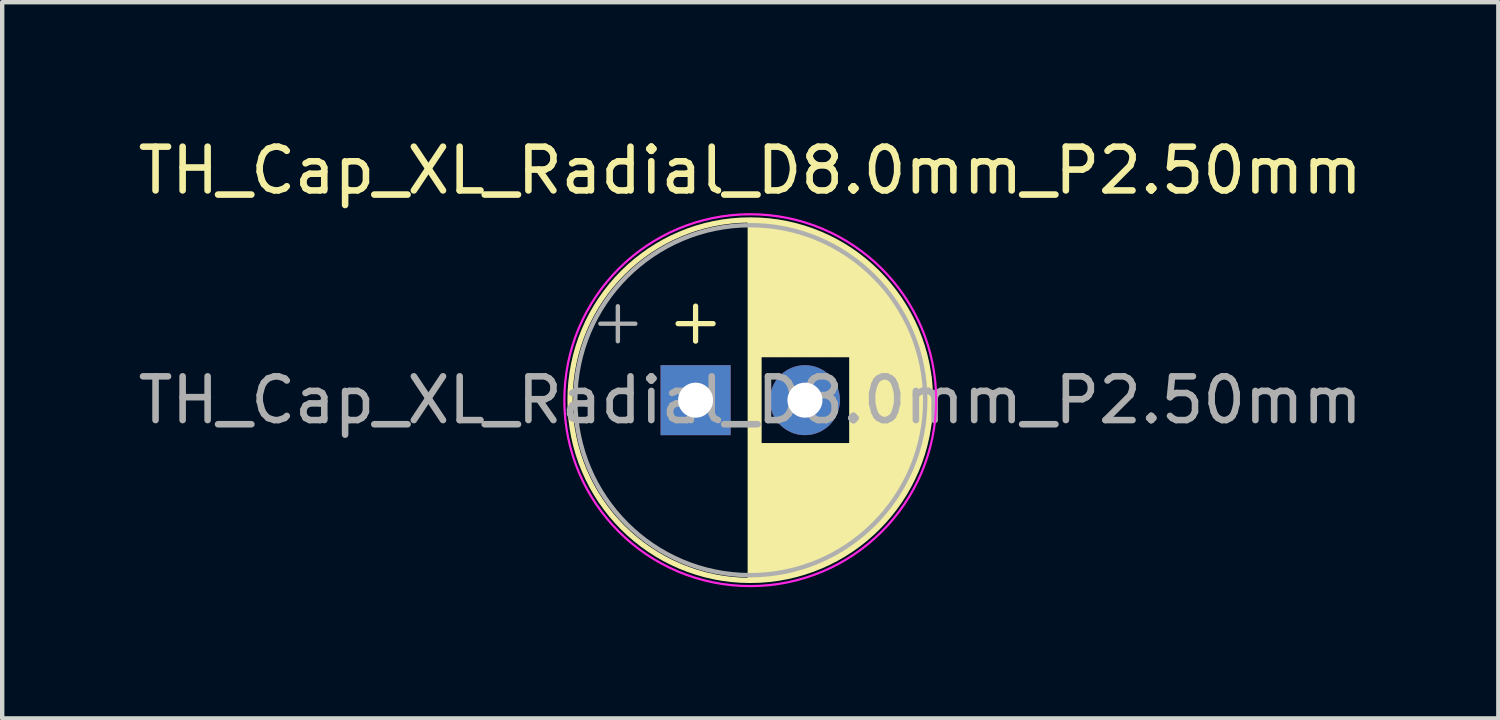
<source format=kicad_pcb>
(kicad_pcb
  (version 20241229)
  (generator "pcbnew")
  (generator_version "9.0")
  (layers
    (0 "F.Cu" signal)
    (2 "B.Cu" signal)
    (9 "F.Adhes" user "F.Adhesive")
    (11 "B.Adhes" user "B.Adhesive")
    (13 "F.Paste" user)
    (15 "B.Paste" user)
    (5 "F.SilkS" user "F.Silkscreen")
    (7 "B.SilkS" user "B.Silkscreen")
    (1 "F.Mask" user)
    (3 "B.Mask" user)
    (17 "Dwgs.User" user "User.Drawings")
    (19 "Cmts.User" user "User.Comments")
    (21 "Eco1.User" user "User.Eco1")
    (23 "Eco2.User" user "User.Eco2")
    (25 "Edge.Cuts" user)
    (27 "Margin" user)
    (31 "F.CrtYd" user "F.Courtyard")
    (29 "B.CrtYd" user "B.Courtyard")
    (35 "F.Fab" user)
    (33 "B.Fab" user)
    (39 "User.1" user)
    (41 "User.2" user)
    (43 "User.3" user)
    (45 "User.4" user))
  (footprint "TH_Cap_XL_Radial_D8.0mm_P2.50mm"
    (layer "F.Cu")
    (at 12.851 6.098)
    (property "Reference" "TH_Cap_XL_Radial_D8.0mm_P2.50mm" (at 1.25 -5.25 0) (layer "F.SilkS") (effects (font (size 1 1) (thickness 0.15))))
    (attr through_hole)
    (fp_line (start -0.4 -1.75) (end 0.4 -1.75) (stroke (width 0.12) (type solid)) (layer "F.SilkS"))
    (fp_line (start 0 -2.15) (end 0 -1.35) (stroke (width 0.12) (type solid)) (layer "F.SilkS"))
    (fp_line (start 1.25 -4.08) (end 1.25 4.08) (stroke (width 0.12) (type solid)) (layer "F.SilkS"))
    (fp_line (start 1.29 -4.08) (end 1.29 4.08) (stroke (width 0.12) (type solid)) (layer "F.SilkS"))
    (fp_line (start 1.33 -4.08) (end 1.33 4.08) (stroke (width 0.12) (type solid)) (layer "F.SilkS"))
    (fp_line (start 1.37 -4.079) (end 1.37 4.079) (stroke (width 0.12) (type solid)) (layer "F.SilkS"))
    (fp_line (start 1.41 -4.077) (end 1.41 4.077) (stroke (width 0.12) (type solid)) (layer "F.SilkS"))
    (fp_line (start 1.45 -4.076) (end 1.45 4.076) (stroke (width 0.12) (type solid)) (layer "F.SilkS"))
    (fp_line (start 1.49 -4.074) (end 1.49 -1.04) (stroke (width 0.12) (type solid)) (layer "F.SilkS"))
    (fp_line (start 1.49 1.04) (end 1.49 4.074) (stroke (width 0.12) (type solid)) (layer "F.SilkS"))
    (fp_line (start 1.53 -4.071) (end 1.53 -1.04) (stroke (width 0.12) (type solid)) (layer "F.SilkS"))
    (fp_line (start 1.53 1.04) (end 1.53 4.071) (stroke (width 0.12) (type solid)) (layer "F.SilkS"))
    (fp_line (start 1.57 -4.068) (end 1.57 -1.04) (stroke (width 0.12) (type solid)) (layer "F.SilkS"))
    (fp_line (start 1.57 1.04) (end 1.57 4.068) (stroke (width 0.12) (type solid)) (layer "F.SilkS"))
    (fp_line (start 1.61 -4.065) (end 1.61 -1.04) (stroke (width 0.12) (type solid)) (layer "F.SilkS"))
    (fp_line (start 1.61 1.04) (end 1.61 4.065) (stroke (width 0.12) (type solid)) (layer "F.SilkS"))
    (fp_line (start 1.65 -4.061) (end 1.65 -1.04) (stroke (width 0.12) (type solid)) (layer "F.SilkS"))
    (fp_line (start 1.65 1.04) (end 1.65 4.061) (stroke (width 0.12) (type solid)) (layer "F.SilkS"))
    (fp_line (start 1.69 -4.057) (end 1.69 -1.04) (stroke (width 0.12) (type solid)) (layer "F.SilkS"))
    (fp_line (start 1.69 1.04) (end 1.69 4.057) (stroke (width 0.12) (type solid)) (layer "F.SilkS"))
    (fp_line (start 1.73 -4.052) (end 1.73 -1.04) (stroke (width 0.12) (type solid)) (layer "F.SilkS"))
    (fp_line (start 1.73 1.04) (end 1.73 4.052) (stroke (width 0.12) (type solid)) (layer "F.SilkS"))
    (fp_line (start 1.77 -4.048) (end 1.77 -1.04) (stroke (width 0.12) (type solid)) (layer "F.SilkS"))
    (fp_line (start 1.77 1.04) (end 1.77 4.048) (stroke (width 0.12) (type solid)) (layer "F.SilkS"))
    (fp_line (start 1.81 -4.042) (end 1.81 -1.04) (stroke (width 0.12) (type solid)) (layer "F.SilkS"))
    (fp_line (start 1.81 1.04) (end 1.81 4.042) (stroke (width 0.12) (type solid)) (layer "F.SilkS"))
    (fp_line (start 1.85 -4.037) (end 1.85 -1.04) (stroke (width 0.12) (type solid)) (layer "F.SilkS"))
    (fp_line (start 1.85 1.04) (end 1.85 4.037) (stroke (width 0.12) (type solid)) (layer "F.SilkS"))
    (fp_line (start 1.89 -4.03) (end 1.89 -1.04) (stroke (width 0.12) (type solid)) (layer "F.SilkS"))
    (fp_line (start 1.89 1.04) (end 1.89 4.03) (stroke (width 0.12) (type solid)) (layer "F.SilkS"))
    (fp_line (start 1.93 -4.024) (end 1.93 -1.04) (stroke (width 0.12) (type solid)) (layer "F.SilkS"))
    (fp_line (start 1.93 1.04) (end 1.93 4.024) (stroke (width 0.12) (type solid)) (layer "F.SilkS"))
    (fp_line (start 1.971 -4.017) (end 1.971 -1.04) (stroke (width 0.12) (type solid)) (layer "F.SilkS"))
    (fp_line (start 1.971 1.04) (end 1.971 4.017) (stroke (width 0.12) (type solid)) (layer "F.SilkS"))
    (fp_line (start 2.011 -4.01) (end 2.011 -1.04) (stroke (width 0.12) (type solid)) (layer "F.SilkS"))
    (fp_line (start 2.011 1.04) (end 2.011 4.01) (stroke (width 0.12) (type solid)) (layer "F.SilkS"))
    (fp_line (start 2.051 -4.002) (end 2.051 -1.04) (stroke (width 0.12) (type solid)) (layer "F.SilkS"))
    (fp_line (start 2.051 1.04) (end 2.051 4.002) (stroke (width 0.12) (type solid)) (layer "F.SilkS"))
    (fp_line (start 2.091 -3.994) (end 2.091 -1.04) (stroke (width 0.12) (type solid)) (layer "F.SilkS"))
    (fp_line (start 2.091 1.04) (end 2.091 3.994) (stroke (width 0.12) (type solid)) (layer "F.SilkS"))
    (fp_line (start 2.131 -3.985) (end 2.131 -1.04) (stroke (width 0.12) (type solid)) (layer "F.SilkS"))
    (fp_line (start 2.131 1.04) (end 2.131 3.985) (stroke (width 0.12) (type solid)) (layer "F.SilkS"))
    (fp_line (start 2.171 -3.976) (end 2.171 -1.04) (stroke (width 0.12) (type solid)) (layer "F.SilkS"))
    (fp_line (start 2.171 1.04) (end 2.171 3.976) (stroke (width 0.12) (type solid)) (layer "F.SilkS"))
    (fp_line (start 2.211 -3.967) (end 2.211 -1.04) (stroke (width 0.12) (type solid)) (layer "F.SilkS"))
    (fp_line (start 2.211 1.04) (end 2.211 3.967) (stroke (width 0.12) (type solid)) (layer "F.SilkS"))
    (fp_line (start 2.251 -3.957) (end 2.251 -1.04) (stroke (width 0.12) (type solid)) (layer "F.SilkS"))
    (fp_line (start 2.251 1.04) (end 2.251 3.957) (stroke (width 0.12) (type solid)) (layer "F.SilkS"))
    (fp_line (start 2.291 -3.947) (end 2.291 -1.04) (stroke (width 0.12) (type solid)) (layer "F.SilkS"))
    (fp_line (start 2.291 1.04) (end 2.291 3.947) (stroke (width 0.12) (type solid)) (layer "F.SilkS"))
    (fp_line (start 2.331 -3.936) (end 2.331 -1.04) (stroke (width 0.12) (type solid)) (layer "F.SilkS"))
    (fp_line (start 2.331 1.04) (end 2.331 3.936) (stroke (width 0.12) (type solid)) (layer "F.SilkS"))
    (fp_line (start 2.371 -3.925) (end 2.371 -1.04) (stroke (width 0.12) (type solid)) (layer "F.SilkS"))
    (fp_line (start 2.371 1.04) (end 2.371 3.925) (stroke (width 0.12) (type solid)) (layer "F.SilkS"))
    (fp_line (start 2.411 -3.914) (end 2.411 -1.04) (stroke (width 0.12) (type solid)) (layer "F.SilkS"))
    (fp_line (start 2.411 1.04) (end 2.411 3.914) (stroke (width 0.12) (type solid)) (layer "F.SilkS"))
    (fp_line (start 2.451 -3.902) (end 2.451 -1.04) (stroke (width 0.12) (type solid)) (layer "F.SilkS"))
    (fp_line (start 2.451 1.04) (end 2.451 3.902) (stroke (width 0.12) (type solid)) (layer "F.SilkS"))
    (fp_line (start 2.491 -3.889) (end 2.491 -1.04) (stroke (width 0.12) (type solid)) (layer "F.SilkS"))
    (fp_line (start 2.491 1.04) (end 2.491 3.889) (stroke (width 0.12) (type solid)) (layer "F.SilkS"))
    (fp_line (start 2.531 -3.877) (end 2.531 -1.04) (stroke (width 0.12) (type solid)) (layer "F.SilkS"))
    (fp_line (start 2.531 1.04) (end 2.531 3.877) (stroke (width 0.12) (type solid)) (layer "F.SilkS"))
    (fp_line (start 2.571 -3.863) (end 2.571 -1.04) (stroke (width 0.12) (type solid)) (layer "F.SilkS"))
    (fp_line (start 2.571 1.04) (end 2.571 3.863) (stroke (width 0.12) (type solid)) (layer "F.SilkS"))
    (fp_line (start 2.611 -3.85) (end 2.611 -1.04) (stroke (width 0.12) (type solid)) (layer "F.SilkS"))
    (fp_line (start 2.611 1.04) (end 2.611 3.85) (stroke (width 0.12) (type solid)) (layer "F.SilkS"))
    (fp_line (start 2.651 -3.835) (end 2.651 -1.04) (stroke (width 0.12) (type solid)) (layer "F.SilkS"))
    (fp_line (start 2.651 1.04) (end 2.651 3.835) (stroke (width 0.12) (type solid)) (layer "F.SilkS"))
    (fp_line (start 2.691 -3.821) (end 2.691 -1.04) (stroke (width 0.12) (type solid)) (layer "F.SilkS"))
    (fp_line (start 2.691 1.04) (end 2.691 3.821) (stroke (width 0.12) (type solid)) (layer "F.SilkS"))
    (fp_line (start 2.731 -3.805) (end 2.731 -1.04) (stroke (width 0.12) (type solid)) (layer "F.SilkS"))
    (fp_line (start 2.731 1.04) (end 2.731 3.805) (stroke (width 0.12) (type solid)) (layer "F.SilkS"))
    (fp_line (start 2.771 -3.79) (end 2.771 -1.04) (stroke (width 0.12) (type solid)) (layer "F.SilkS"))
    (fp_line (start 2.771 1.04) (end 2.771 3.79) (stroke (width 0.12) (type solid)) (layer "F.SilkS"))
    (fp_line (start 2.811 -3.774) (end 2.811 -1.04) (stroke (width 0.12) (type solid)) (layer "F.SilkS"))
    (fp_line (start 2.811 1.04) (end 2.811 3.774) (stroke (width 0.12) (type solid)) (layer "F.SilkS"))
    (fp_line (start 2.851 -3.757) (end 2.851 -1.04) (stroke (width 0.12) (type solid)) (layer "F.SilkS"))
    (fp_line (start 2.851 1.04) (end 2.851 3.757) (stroke (width 0.12) (type solid)) (layer "F.SilkS"))
    (fp_line (start 2.891 -3.74) (end 2.891 -1.04) (stroke (width 0.12) (type solid)) (layer "F.SilkS"))
    (fp_line (start 2.891 1.04) (end 2.891 3.74) (stroke (width 0.12) (type solid)) (layer "F.SilkS"))
    (fp_line (start 2.931 -3.722) (end 2.931 -1.04) (stroke (width 0.12) (type solid)) (layer "F.SilkS"))
    (fp_line (start 2.931 1.04) (end 2.931 3.722) (stroke (width 0.12) (type solid)) (layer "F.SilkS"))
    (fp_line (start 2.971 -3.704) (end 2.971 -1.04) (stroke (width 0.12) (type solid)) (layer "F.SilkS"))
    (fp_line (start 2.971 1.04) (end 2.971 3.704) (stroke (width 0.12) (type solid)) (layer "F.SilkS"))
    (fp_line (start 3.011 -3.686) (end 3.011 -1.04) (stroke (width 0.12) (type solid)) (layer "F.SilkS"))
    (fp_line (start 3.011 1.04) (end 3.011 3.686) (stroke (width 0.12) (type solid)) (layer "F.SilkS"))
    (fp_line (start 3.051 -3.666) (end 3.051 -1.04) (stroke (width 0.12) (type solid)) (layer "F.SilkS"))
    (fp_line (start 3.051 1.04) (end 3.051 3.666) (stroke (width 0.12) (type solid)) (layer "F.SilkS"))
    (fp_line (start 3.091 -3.647) (end 3.091 -1.04) (stroke (width 0.12) (type solid)) (layer "F.SilkS"))
    (fp_line (start 3.091 1.04) (end 3.091 3.647) (stroke (width 0.12) (type solid)) (layer "F.SilkS"))
    (fp_line (start 3.131 -3.627) (end 3.131 -1.04) (stroke (width 0.12) (type solid)) (layer "F.SilkS"))
    (fp_line (start 3.131 1.04) (end 3.131 3.627) (stroke (width 0.12) (type solid)) (layer "F.SilkS"))
    (fp_line (start 3.171 -3.606) (end 3.171 -1.04) (stroke (width 0.12) (type solid)) (layer "F.SilkS"))
    (fp_line (start 3.171 1.04) (end 3.171 3.606) (stroke (width 0.12) (type solid)) (layer "F.SilkS"))
    (fp_line (start 3.211 -3.584) (end 3.211 -1.04) (stroke (width 0.12) (type solid)) (layer "F.SilkS"))
    (fp_line (start 3.211 1.04) (end 3.211 3.584) (stroke (width 0.12) (type solid)) (layer "F.SilkS"))
    (fp_line (start 3.251 -3.562) (end 3.251 -1.04) (stroke (width 0.12) (type solid)) (layer "F.SilkS"))
    (fp_line (start 3.251 1.04) (end 3.251 3.562) (stroke (width 0.12) (type solid)) (layer "F.SilkS"))
    (fp_line (start 3.291 -3.54) (end 3.291 -1.04) (stroke (width 0.12) (type solid)) (layer "F.SilkS"))
    (fp_line (start 3.291 1.04) (end 3.291 3.54) (stroke (width 0.12) (type solid)) (layer "F.SilkS"))
    (fp_line (start 3.331 -3.517) (end 3.331 -1.04) (stroke (width 0.12) (type solid)) (layer "F.SilkS"))
    (fp_line (start 3.331 1.04) (end 3.331 3.517) (stroke (width 0.12) (type solid)) (layer "F.SilkS"))
    (fp_line (start 3.371 -3.493) (end 3.371 -1.04) (stroke (width 0.12) (type solid)) (layer "F.SilkS"))
    (fp_line (start 3.371 1.04) (end 3.371 3.493) (stroke (width 0.12) (type solid)) (layer "F.SilkS"))
    (fp_line (start 3.411 -3.469) (end 3.411 -1.04) (stroke (width 0.12) (type solid)) (layer "F.SilkS"))
    (fp_line (start 3.411 1.04) (end 3.411 3.469) (stroke (width 0.12) (type solid)) (layer "F.SilkS"))
    (fp_line (start 3.451 -3.444) (end 3.451 -1.04) (stroke (width 0.12) (type solid)) (layer "F.SilkS"))
    (fp_line (start 3.451 1.04) (end 3.451 3.444) (stroke (width 0.12) (type solid)) (layer "F.SilkS"))
    (fp_line (start 3.491 -3.418) (end 3.491 -1.04) (stroke (width 0.12) (type solid)) (layer "F.SilkS"))
    (fp_line (start 3.491 1.04) (end 3.491 3.418) (stroke (width 0.12) (type solid)) (layer "F.SilkS"))
    (fp_line (start 3.531 -3.392) (end 3.531 -1.04) (stroke (width 0.12) (type solid)) (layer "F.SilkS"))
    (fp_line (start 3.531 1.04) (end 3.531 3.392) (stroke (width 0.12) (type solid)) (layer "F.SilkS"))
    (fp_line (start 3.571 -3.365) (end 3.571 3.365) (stroke (width 0.12) (type solid)) (layer "F.SilkS"))
    (fp_line (start 3.611 -3.338) (end 3.611 3.338) (stroke (width 0.12) (type solid)) (layer "F.SilkS"))
    (fp_line (start 3.651 -3.309) (end 3.651 3.309) (stroke (width 0.12) (type solid)) (layer "F.SilkS"))
    (fp_line (start 3.691 -3.28) (end 3.691 3.28) (stroke (width 0.12) (type solid)) (layer "F.SilkS"))
    (fp_line (start 3.731 -3.25) (end 3.731 3.25) (stroke (width 0.12) (type solid)) (layer "F.SilkS"))
    (fp_line (start 3.771 -3.22) (end 3.771 3.22) (stroke (width 0.12) (type solid)) (layer "F.SilkS"))
    (fp_line (start 3.811 -3.189) (end 3.811 3.189) (stroke (width 0.12) (type solid)) (layer "F.SilkS"))
    (fp_line (start 3.851 -3.156) (end 3.851 3.156) (stroke (width 0.12) (type solid)) (layer "F.SilkS"))
    (fp_line (start 3.891 -3.124) (end 3.891 3.124) (stroke (width 0.12) (type solid)) (layer "F.SilkS"))
    (fp_line (start 3.931 -3.09) (end 3.931 3.09) (stroke (width 0.12) (type solid)) (layer "F.SilkS"))
    (fp_line (start 3.971 -3.055) (end 3.971 3.055) (stroke (width 0.12) (type solid)) (layer "F.SilkS"))
    (fp_line (start 4.011 -3.019) (end 4.011 3.019) (stroke (width 0.12) (type solid)) (layer "F.SilkS"))
    (fp_line (start 4.051 -2.983) (end 4.051 2.983) (stroke (width 0.12) (type solid)) (layer "F.SilkS"))
    (fp_line (start 4.091 -2.945) (end 4.091 2.945) (stroke (width 0.12) (type solid)) (layer "F.SilkS"))
    (fp_line (start 4.131 -2.907) (end 4.131 2.907) (stroke (width 0.12) (type solid)) (layer "F.SilkS"))
    (fp_line (start 4.171 -2.867) (end 4.171 2.867) (stroke (width 0.12) (type solid)) (layer "F.SilkS"))
    (fp_line (start 4.211 -2.826) (end 4.211 2.826) (stroke (width 0.12) (type solid)) (layer "F.SilkS"))
    (fp_line (start 4.251 -2.784) (end 4.251 2.784) (stroke (width 0.12) (type solid)) (layer "F.SilkS"))
    (fp_line (start 4.291 -2.741) (end 4.291 2.741) (stroke (width 0.12) (type solid)) (layer "F.SilkS"))
    (fp_line (start 4.331 -2.697) (end 4.331 2.697) (stroke (width 0.12) (type solid)) (layer "F.SilkS"))
    (fp_line (start 4.371 -2.651) (end 4.371 2.651) (stroke (width 0.12) (type solid)) (layer "F.SilkS"))
    (fp_line (start 4.411 -2.604) (end 4.411 2.604) (stroke (width 0.12) (type solid)) (layer "F.SilkS"))
    (fp_line (start 4.451 -2.556) (end 4.451 2.556) (stroke (width 0.12) (type solid)) (layer "F.SilkS"))
    (fp_line (start 4.491 -2.505) (end 4.491 2.505) (stroke (width 0.12) (type solid)) (layer "F.SilkS"))
    (fp_line (start 4.531 -2.454) (end 4.531 2.454) (stroke (width 0.12) (type solid)) (layer "F.SilkS"))
    (fp_line (start 4.571 -2.4) (end 4.571 2.4) (stroke (width 0.12) (type solid)) (layer "F.SilkS"))
    (fp_line (start 4.611 -2.345) (end 4.611 2.345) (stroke (width 0.12) (type solid)) (layer "F.SilkS"))
    (fp_line (start 4.651 -2.287) (end 4.651 2.287) (stroke (width 0.12) (type solid)) (layer "F.SilkS"))
    (fp_line (start 4.691 -2.228) (end 4.691 2.228) (stroke (width 0.12) (type solid)) (layer "F.SilkS"))
    (fp_line (start 4.731 -2.166) (end 4.731 2.166) (stroke (width 0.12) (type solid)) (layer "F.SilkS"))
    (fp_line (start 4.771 -2.102) (end 4.771 2.102) (stroke (width 0.12) (type solid)) (layer "F.SilkS"))
    (fp_line (start 4.811 -2.034) (end 4.811 2.034) (stroke (width 0.12) (type solid)) (layer "F.SilkS"))
    (fp_line (start 4.851 -1.964) (end 4.851 1.964) (stroke (width 0.12) (type solid)) (layer "F.SilkS"))
    (fp_line (start 4.891 -1.89) (end 4.891 1.89) (stroke (width 0.12) (type solid)) (layer "F.SilkS"))
    (fp_line (start 4.931 -1.813) (end 4.931 1.813) (stroke (width 0.12) (type solid)) (layer "F.SilkS"))
    (fp_line (start 4.971 -1.731) (end 4.971 1.731) (stroke (width 0.12) (type solid)) (layer "F.SilkS"))
    (fp_line (start 5.011 -1.645) (end 5.011 1.645) (stroke (width 0.12) (type solid)) (layer "F.SilkS"))
    (fp_line (start 5.051 -1.552) (end 5.051 1.552) (stroke (width 0.12) (type solid)) (layer "F.SilkS"))
    (fp_line (start 5.091 -1.453) (end 5.091 1.453) (stroke (width 0.12) (type solid)) (layer "F.SilkS"))
    (fp_line (start 5.131 -1.346) (end 5.131 1.346) (stroke (width 0.12) (type solid)) (layer "F.SilkS"))
    (fp_line (start 5.171 -1.229) (end 5.171 1.229) (stroke (width 0.12) (type solid)) (layer "F.SilkS"))
    (fp_line (start 5.211 -1.098) (end 5.211 1.098) (stroke (width 0.12) (type solid)) (layer "F.SilkS"))
    (fp_line (start 5.251 -0.948) (end 5.251 0.948) (stroke (width 0.12) (type solid)) (layer "F.SilkS"))
    (fp_line (start 5.291 -0.768) (end 5.291 0.768) (stroke (width 0.12) (type solid)) (layer "F.SilkS"))
    (fp_line (start 5.331 -0.533) (end 5.331 0.533) (stroke (width 0.12) (type solid)) (layer "F.SilkS"))
    (fp_circle (center 1.25 0) (end 5.37 0) (stroke (width 0.12) (type solid)) (fill no) (layer "F.SilkS"))
    (fp_circle (center 1.25 0) (end 5.5 0) (stroke (width 0.05) (type solid)) (fill no) (layer "F.CrtYd"))
    (fp_line (start -2.177 -1.748) (end -1.377 -1.748) (stroke (width 0.1) (type solid)) (layer "F.Fab"))
    (fp_line (start -1.777 -2.147) (end -1.777 -1.347) (stroke (width 0.1) (type solid)) (layer "F.Fab"))
    (fp_circle (center 1.25 0) (end 5.25 0) (stroke (width 0.1) (type solid)) (fill no) (layer "F.Fab"))
    (fp_text user "${REFERENCE}" (at 1.25 0 0) (layer "F.Fab") (effects (font (size 1 1) (thickness 0.15))))
    (pad "1" thru_hole rect (at 0 0) (size 1.6 1.6) (drill 0.8) (layers "*.Cu" "*.Mask"))
    (pad "2" thru_hole circle (at 2.5 0) (size 1.6 1.6) (drill 0.8) (layers "*.Cu" "*.Mask")))
  (gr_rect
    (start -3 -3)
    (end 31.202 13.373)
    (stroke (width 0.1) (type default))
    (fill no)
    (layer "Edge.Cuts")))
</source>
